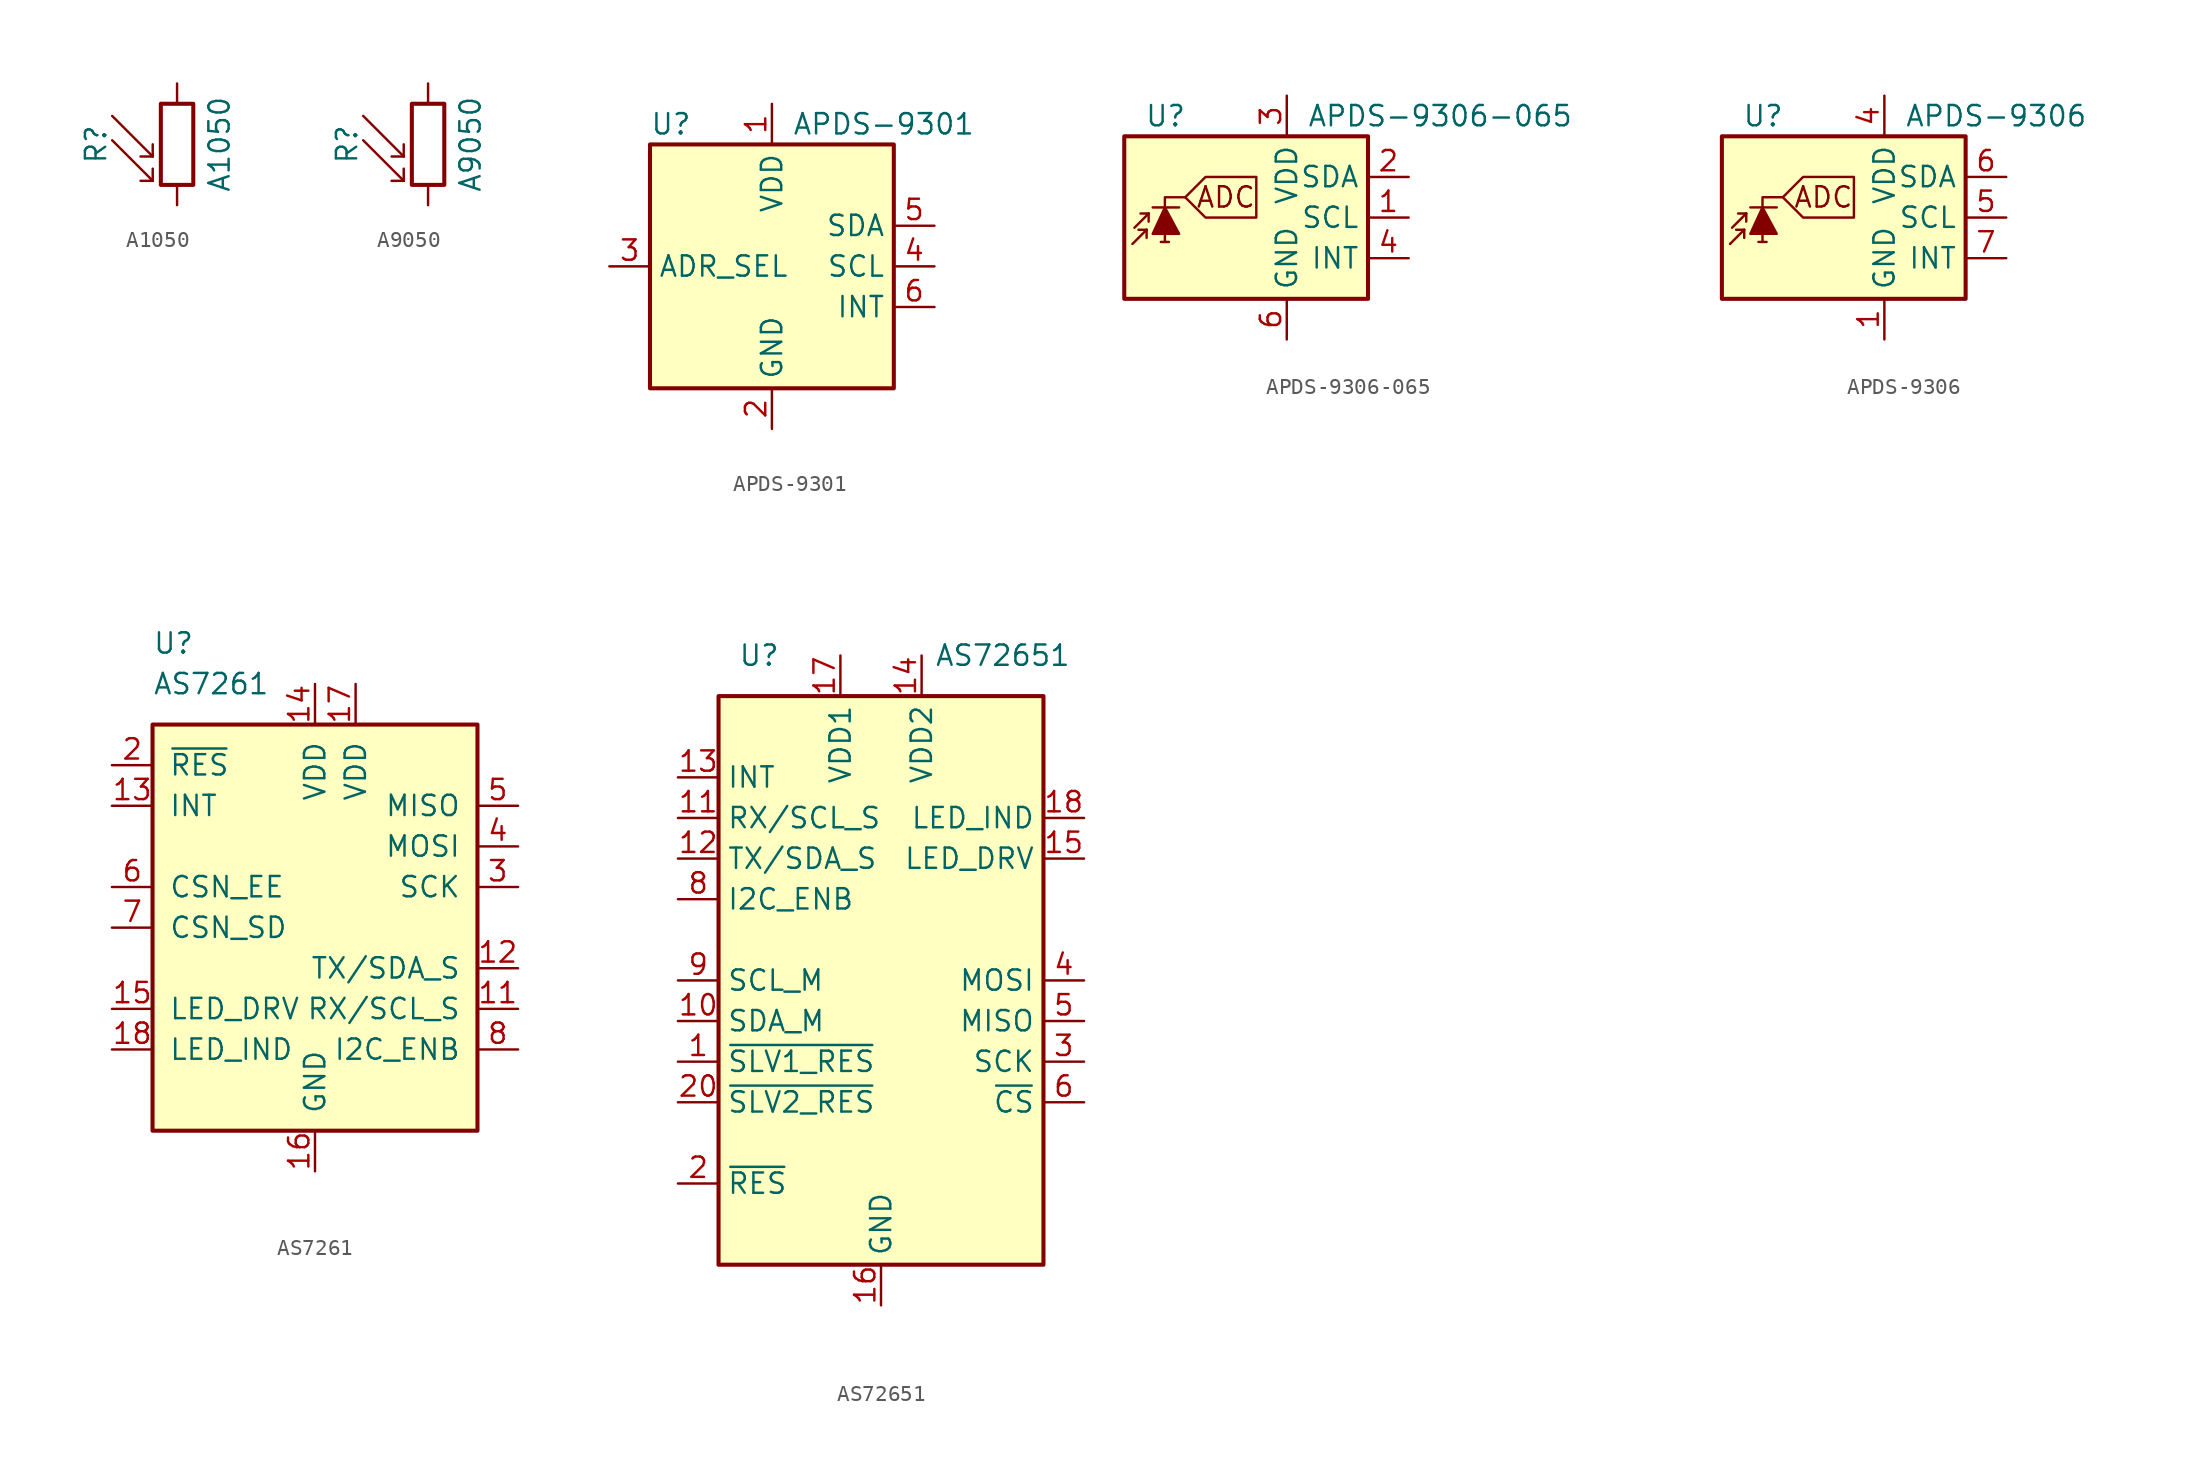
<source format=kicad_sym>
(kicad_symbol_lib
  (version 20241209)
  (generator "kicad_symbol_editor")
  (generator_version "9.0")
  (symbol "A1050"
    (pin_numbers
      (hide yes))
    (pin_names
      (offset 0))
    (property "Reference" "R"
      (at -5.08 0 90)
      (effects (font (size 1.27 1.27))))
    (property "Value" "A1050"
      (at 1.905 0 90)
      (effects (font (size 1.27 1.27)) (justify top)))
    (symbol "A1050_0_1"
      (polyline (pts (xy -1.524 -0.762) (xy -4.064 1.778)) (stroke (width 0) (type default)) (fill (type none)))
      (polyline (pts (xy -1.524 -0.762) (xy -2.286 -0.762)) (stroke (width 0) (type default)) (fill (type none)))
      (polyline (pts (xy -1.524 -0.762) (xy -1.524 0)) (stroke (width 0) (type default)) (fill (type none)))
      (polyline (pts (xy -1.524 -2.286) (xy -4.064 0.254)) (stroke (width 0) (type default)) (fill (type none)))
      (polyline (pts (xy -1.524 -2.286) (xy -2.286 -2.286)) (stroke (width 0) (type default)) (fill (type none)))
      (polyline (pts (xy -1.524 -2.286) (xy -1.524 -1.524)) (stroke (width 0) (type default)) (fill (type none)))
      (rectangle (start -1.016 2.54) (end 1.016 -2.54) (stroke (width 0.254) (type default)) (fill (type none))))
    (symbol "A1050_1_1"
      (pin passive line (at 0 3.81 270) (length 1.27) (name "~" (effects (font (size 1.27 1.27)))) (number "1" (effects (font (size 1.27 1.27)))))
      (pin passive line (at 0 -3.81 90) (length 1.27) (name "~" (effects (font (size 1.27 1.27)))) (number "2" (effects (font (size 1.27 1.27)))))))
  (symbol "A9050"
    (pin_numbers
      (hide yes))
    (pin_names
      (offset 0))
    (property "Reference" "R"
      (at -5.08 0 90)
      (effects (font (size 1.27 1.27))))
    (property "Value" "A9050"
      (at 1.905 0 90)
      (effects (font (size 1.27 1.27)) (justify top)))
    (symbol "A9050_0_1"
      (polyline (pts (xy -1.524 -0.762) (xy -4.064 1.778)) (stroke (width 0) (type default)) (fill (type none)))
      (polyline (pts (xy -1.524 -0.762) (xy -2.286 -0.762)) (stroke (width 0) (type default)) (fill (type none)))
      (polyline (pts (xy -1.524 -0.762) (xy -1.524 0)) (stroke (width 0) (type default)) (fill (type none)))
      (polyline (pts (xy -1.524 -2.286) (xy -4.064 0.254)) (stroke (width 0) (type default)) (fill (type none)))
      (polyline (pts (xy -1.524 -2.286) (xy -2.286 -2.286)) (stroke (width 0) (type default)) (fill (type none)))
      (polyline (pts (xy -1.524 -2.286) (xy -1.524 -1.524)) (stroke (width 0) (type default)) (fill (type none)))
      (rectangle (start -1.016 2.54) (end 1.016 -2.54) (stroke (width 0.254) (type default)) (fill (type none))))
    (symbol "A9050_1_1"
      (pin passive line (at 0 3.81 270) (length 1.27) (name "~" (effects (font (size 1.27 1.27)))) (number "1" (effects (font (size 1.27 1.27)))))
      (pin passive line (at 0 -3.81 90) (length 1.27) (name "~" (effects (font (size 1.27 1.27)))) (number "2" (effects (font (size 1.27 1.27)))))))
  (symbol "APDS-9301"
    (property "Reference" "U"
      (at -7.62 8.89 0)
      (effects (font (size 1.27 1.27)) (justify left)))
    (property "Value" "APDS-9301"
      (at 1.27 8.89 0)
      (effects (font (size 1.27 1.27)) (justify left)))
    (symbol "APDS-9301_0_1"
      (rectangle (start -7.62 7.62) (end 7.62 -7.62) (stroke (width 0.254) (type default)) (fill (type background))))
    (symbol "APDS-9301_1_1"
      (pin input line (at -10.16 0 0) (length 2.54) (name "ADR_SEL" (effects (font (size 1.27 1.27)))) (number "3" (effects (font (size 1.27 1.27)))))
      (pin power_in line (at 0 10.16 270) (length 2.54) (name "VDD" (effects (font (size 1.27 1.27)))) (number "1" (effects (font (size 1.27 1.27)))))
      (pin power_in line (at 0 -10.16 90) (length 2.54) (name "GND" (effects (font (size 1.27 1.27)))) (number "2" (effects (font (size 1.27 1.27)))))
      (pin bidirectional line (at 10.16 2.54 180) (length 2.54) (name "SDA" (effects (font (size 1.27 1.27)))) (number "5" (effects (font (size 1.27 1.27)))))
      (pin input line (at 10.16 0 180) (length 2.54) (name "SCL" (effects (font (size 1.27 1.27)))) (number "4" (effects (font (size 1.27 1.27)))))
      (pin open_collector line (at 10.16 -2.54 180) (length 2.54) (name "INT" (effects (font (size 1.27 1.27)))) (number "6" (effects (font (size 1.27 1.27)))))))
  (symbol "APDS-9306-065"
    (property "Reference" "U"
      (at -6.35 6.35 0)
      (effects (font (size 1.27 1.27)) (justify left)))
    (property "Value" "APDS-9306-065"
      (at 3.81 6.35 0)
      (effects (font (size 1.27 1.27)) (justify left)))
    (symbol "APDS-9306-065_0_0"
      (polyline (pts (xy -3.81 1.27) (xy -2.54 2.54) (xy 0.635 2.54) (xy 0.635 0) (xy -2.54 0) (xy -3.81 1.27)) (stroke (width 0) (type default)) (fill (type none)))
      (text "ADC" (at -1.27 1.27 0) (effects (font (size 1.27 1.27)))))
    (symbol "APDS-9306-065_0_1"
      (rectangle (start -7.62 5.08) (end 7.62 -5.08) (stroke (width 0.254) (type default)) (fill (type background))))
    (symbol "APDS-9306-065_1_0"
      (polyline (pts (xy -5.08 -1.524) (xy -5.08 1.27) (xy -3.81 1.27)) (stroke (width 0) (type default)) (fill (type none))))
    (symbol "APDS-9306-065_1_1"
      (polyline (pts (xy -6.223 -0.762) (xy -7.112 -1.651)) (stroke (width 0) (type default)) (fill (type none)))
      (polyline (pts (xy -6.223 -0.762) (xy -6.731 -0.762)) (stroke (width 0) (type default)) (fill (type none)))
      (polyline (pts (xy -6.223 -0.762) (xy -6.223 -1.27)) (stroke (width 0) (type default)) (fill (type none)))
      (polyline (pts (xy -6.096 0.254) (xy -6.985 -0.635)) (stroke (width 0) (type default)) (fill (type none)))
      (polyline (pts (xy -6.096 0.254) (xy -6.604 0.254)) (stroke (width 0) (type default)) (fill (type none)))
      (polyline (pts (xy -6.096 0.254) (xy -6.096 -0.254)) (stroke (width 0) (type default)) (fill (type none)))
      (polyline (pts (xy -5.842 0.635) (xy -4.191 0.635)) (stroke (width 0) (type default)) (fill (type none)))
      (polyline (pts (xy -5.842 -1.016) (xy -4.191 -1.016) (xy -5.08 0.635) (xy -5.842 -1.016)) (stroke (width 0) (type default)) (fill (type outline)))
      (polyline (pts (xy -4.826 -1.524) (xy -5.334 -1.524)) (stroke (width 0) (type default)) (fill (type none)))
      (pin no_connect line (at -7.62 2.54 0) (length 2.54) (hide yes) (name "NC" (effects (font (size 1.27 1.27)))) (number "5" (effects (font (size 1.27 1.27)))))
      (pin power_in line (at 2.54 7.62 270) (length 2.54) (name "VDD" (effects (font (size 1.27 1.27)))) (number "3" (effects (font (size 1.27 1.27)))))
      (pin power_in line (at 2.54 -7.62 90) (length 2.54) (name "GND" (effects (font (size 1.27 1.27)))) (number "6" (effects (font (size 1.27 1.27)))))
      (pin bidirectional line (at 10.16 2.54 180) (length 2.54) (name "SDA" (effects (font (size 1.27 1.27)))) (number "2" (effects (font (size 1.27 1.27)))))
      (pin input line (at 10.16 0 180) (length 2.54) (name "SCL" (effects (font (size 1.27 1.27)))) (number "1" (effects (font (size 1.27 1.27)))))
      (pin open_collector line (at 10.16 -2.54 180) (length 2.54) (name "INT" (effects (font (size 1.27 1.27)))) (number "4" (effects (font (size 1.27 1.27)))))))
  (symbol "APDS-9306"
    (property "Reference" "U"
      (at -6.35 6.35 0)
      (effects (font (size 1.27 1.27)) (justify left)))
    (property "Value" "APDS-9306"
      (at 3.81 6.35 0)
      (effects (font (size 1.27 1.27)) (justify left)))
    (symbol "APDS-9306_0_0"
      (polyline (pts (xy -3.81 1.27) (xy -2.54 2.54) (xy 0.635 2.54) (xy 0.635 0) (xy -2.54 0) (xy -3.81 1.27)) (stroke (width 0) (type default)) (fill (type none)))
      (text "ADC" (at -1.27 1.27 0) (effects (font (size 1.27 1.27)))))
    (symbol "APDS-9306_0_1"
      (rectangle (start -7.62 5.08) (end 7.62 -5.08) (stroke (width 0.254) (type default)) (fill (type background))))
    (symbol "APDS-9306_1_0"
      (polyline (pts (xy -5.08 -1.524) (xy -5.08 1.27) (xy -3.81 1.27)) (stroke (width 0) (type default)) (fill (type none))))
    (symbol "APDS-9306_1_1"
      (polyline (pts (xy -6.223 -0.762) (xy -7.112 -1.651)) (stroke (width 0) (type default)) (fill (type none)))
      (polyline (pts (xy -6.223 -0.762) (xy -6.731 -0.762)) (stroke (width 0) (type default)) (fill (type none)))
      (polyline (pts (xy -6.223 -0.762) (xy -6.223 -1.27)) (stroke (width 0) (type default)) (fill (type none)))
      (polyline (pts (xy -6.096 0.254) (xy -6.985 -0.635)) (stroke (width 0) (type default)) (fill (type none)))
      (polyline (pts (xy -6.096 0.254) (xy -6.604 0.254)) (stroke (width 0) (type default)) (fill (type none)))
      (polyline (pts (xy -6.096 0.254) (xy -6.096 -0.254)) (stroke (width 0) (type default)) (fill (type none)))
      (polyline (pts (xy -5.842 0.635) (xy -4.191 0.635)) (stroke (width 0) (type default)) (fill (type none)))
      (polyline (pts (xy -5.842 -1.016) (xy -4.191 -1.016) (xy -5.08 0.635) (xy -5.842 -1.016)) (stroke (width 0) (type default)) (fill (type outline)))
      (polyline (pts (xy -4.826 -1.524) (xy -5.334 -1.524)) (stroke (width 0) (type default)) (fill (type none)))
      (pin no_connect line (at -7.62 5.08 0) (length 2.54) (hide yes) (name "NC" (effects (font (size 1.27 1.27)))) (number "3" (effects (font (size 1.27 1.27)))))
      (pin no_connect line (at -7.62 2.54 0) (length 2.54) (hide yes) (name "NC" (effects (font (size 1.27 1.27)))) (number "8" (effects (font (size 1.27 1.27)))))
      (pin no_connect line (at -7.62 -5.08 0) (length 2.54) (hide yes) (name "NC" (effects (font (size 1.27 1.27)))) (number "2" (effects (font (size 1.27 1.27)))))
      (pin power_in line (at 2.54 7.62 270) (length 2.54) (name "VDD" (effects (font (size 1.27 1.27)))) (number "4" (effects (font (size 1.27 1.27)))))
      (pin power_in line (at 2.54 -7.62 90) (length 2.54) (name "GND" (effects (font (size 1.27 1.27)))) (number "1" (effects (font (size 1.27 1.27)))))
      (pin bidirectional line (at 10.16 2.54 180) (length 2.54) (name "SDA" (effects (font (size 1.27 1.27)))) (number "6" (effects (font (size 1.27 1.27)))))
      (pin input line (at 10.16 0 180) (length 2.54) (name "SCL" (effects (font (size 1.27 1.27)))) (number "5" (effects (font (size 1.27 1.27)))))
      (pin open_collector line (at 10.16 -2.54 180) (length 2.54) (name "INT" (effects (font (size 1.27 1.27)))) (number "7" (effects (font (size 1.27 1.27)))))))
  (symbol "AS7261"
    (pin_names
      (offset 1.016))
    (property "Reference" "U"
      (at -10.16 17.78 0)
      (effects (font (size 1.27 1.27)) (justify left)))
    (property "Value" "AS7261"
      (at -10.16 15.24 0)
      (effects (font (size 1.27 1.27)) (justify left)))
    (symbol "AS7261_0_1"
      (rectangle (start -10.16 12.7) (end 10.16 -12.7) (stroke (width 0.254) (type default)) (fill (type background))))
    (symbol "AS7261_1_1"
      (pin input line (at -12.7 10.16 0) (length 2.54) (name "~{RES}" (effects (font (size 1.27 1.27)))) (number "2" (effects (font (size 1.27 1.27)))))
      (pin input line (at -12.7 7.62 0) (length 2.54) (name "INT" (effects (font (size 1.27 1.27)))) (number "13" (effects (font (size 1.27 1.27)))))
      (pin no_connect line (at -12.7 5.08 0) (length 2.54) (hide yes) (name "NF" (effects (font (size 1.27 1.27)))) (number "10" (effects (font (size 1.27 1.27)))))
      (pin input line (at -12.7 2.54 0) (length 2.54) (name "CSN_EE" (effects (font (size 1.27 1.27)))) (number "6" (effects (font (size 1.27 1.27)))))
      (pin input line (at -12.7 0 0) (length 2.54) (name "CSN_SD" (effects (font (size 1.27 1.27)))) (number "7" (effects (font (size 1.27 1.27)))))
      (pin output line (at -12.7 -5.08 0) (length 2.54) (name "LED_DRV" (effects (font (size 1.27 1.27)))) (number "15" (effects (font (size 1.27 1.27)))))
      (pin output line (at -12.7 -7.62 0) (length 2.54) (name "LED_IND" (effects (font (size 1.27 1.27)))) (number "18" (effects (font (size 1.27 1.27)))))
      (pin no_connect line (at -10.16 -2.54 0) (length 2.54) (hide yes) (name "NF" (effects (font (size 1.27 1.27)))) (number "19" (effects (font (size 1.27 1.27)))))
      (pin no_connect line (at -10.16 -10.16 0) (length 2.54) (hide yes) (name "NF" (effects (font (size 1.27 1.27)))) (number "20" (effects (font (size 1.27 1.27)))))
      (pin power_in line (at 0 15.24 270) (length 2.54) (name "VDD" (effects (font (size 1.27 1.27)))) (number "14" (effects (font (size 1.27 1.27)))))
      (pin power_in line (at 0 -15.24 90) (length 2.54) (name "GND" (effects (font (size 1.27 1.27)))) (number "16" (effects (font (size 1.27 1.27)))))
      (pin power_in line (at 2.54 15.24 270) (length 2.54) (name "VDD" (effects (font (size 1.27 1.27)))) (number "17" (effects (font (size 1.27 1.27)))))
      (pin no_connect line (at 10.16 10.16 180) (length 2.54) (hide yes) (name "NF" (effects (font (size 1.27 1.27)))) (number "1" (effects (font (size 1.27 1.27)))))
      (pin no_connect line (at 10.16 -10.16 180) (length 2.54) (hide yes) (name "NF" (effects (font (size 1.27 1.27)))) (number "9" (effects (font (size 1.27 1.27)))))
      (pin bidirectional line (at 12.7 7.62 180) (length 2.54) (name "MISO" (effects (font (size 1.27 1.27)))) (number "5" (effects (font (size 1.27 1.27)))))
      (pin bidirectional line (at 12.7 5.08 180) (length 2.54) (name "MOSI" (effects (font (size 1.27 1.27)))) (number "4" (effects (font (size 1.27 1.27)))))
      (pin input line (at 12.7 2.54 180) (length 2.54) (name "SCK" (effects (font (size 1.27 1.27)))) (number "3" (effects (font (size 1.27 1.27)))))
      (pin bidirectional line (at 12.7 -2.54 180) (length 2.54) (name "TX/SDA_S" (effects (font (size 1.27 1.27)))) (number "12" (effects (font (size 1.27 1.27)))))
      (pin input line (at 12.7 -5.08 180) (length 2.54) (name "RX/SCL_S" (effects (font (size 1.27 1.27)))) (number "11" (effects (font (size 1.27 1.27)))))
      (pin input line (at 12.7 -7.62 180) (length 2.54) (name "I2C_ENB" (effects (font (size 1.27 1.27)))) (number "8" (effects (font (size 1.27 1.27)))))))
  (symbol "AS72651"
    (property "Reference" "U"
      (at -7.62 20.32 0)
      (effects (font (size 1.27 1.27))))
    (property "Value" "AS72651"
      (at 7.62 20.32 0)
      (effects (font (size 1.27 1.27))))
    (symbol "AS72651_0_1"
      (rectangle (start 10.16 -17.78) (end -10.16 17.78) (stroke (width 0.254) (type default)) (fill (type background))))
    (symbol "AS72651_1_1"
      (pin output line (at -12.7 12.7 0) (length 2.54) (name "INT" (effects (font (size 1.27 1.27)))) (number "13" (effects (font (size 1.27 1.27)))))
      (pin input line (at -12.7 10.16 0) (length 2.54) (name "RX/SCL_S" (effects (font (size 1.27 1.27)))) (number "11" (effects (font (size 1.27 1.27)))))
      (pin bidirectional line (at -12.7 7.62 0) (length 2.54) (name "TX/SDA_S" (effects (font (size 1.27 1.27)))) (number "12" (effects (font (size 1.27 1.27)))))
      (pin input line (at -12.7 5.08 0) (length 2.54) (name "I2C_ENB" (effects (font (size 1.27 1.27)))) (number "8" (effects (font (size 1.27 1.27)))))
      (pin output line (at -12.7 0 0) (length 2.54) (name "SCL_M" (effects (font (size 1.27 1.27)))) (number "9" (effects (font (size 1.27 1.27)))))
      (pin bidirectional line (at -12.7 -2.54 0) (length 2.54) (name "SDA_M" (effects (font (size 1.27 1.27)))) (number "10" (effects (font (size 1.27 1.27)))))
      (pin output line (at -12.7 -5.08 0) (length 2.54) (name "~{SLV1_RES}" (effects (font (size 1.27 1.27)))) (number "1" (effects (font (size 1.27 1.27)))))
      (pin output line (at -12.7 -7.62 0) (length 2.54) (name "~{SLV2_RES}" (effects (font (size 1.27 1.27)))) (number "20" (effects (font (size 1.27 1.27)))))
      (pin input line (at -12.7 -12.7 0) (length 2.54) (name "~{RES}" (effects (font (size 1.27 1.27)))) (number "2" (effects (font (size 1.27 1.27)))))
      (pin power_in line (at -2.54 20.32 270) (length 2.54) (name "VDD1" (effects (font (size 1.27 1.27)))) (number "17" (effects (font (size 1.27 1.27)))))
      (pin power_in line (at 0 -20.32 90) (length 2.54) (name "GND" (effects (font (size 1.27 1.27)))) (number "16" (effects (font (size 1.27 1.27)))))
      (pin power_in line (at 2.54 20.32 270) (length 2.54) (name "VDD2" (effects (font (size 1.27 1.27)))) (number "14" (effects (font (size 1.27 1.27)))))
      (pin no_connect line (at 10.16 -10.16 180) (length 2.54) (hide yes) (name "NC" (effects (font (size 1.27 1.27)))) (number "7" (effects (font (size 1.27 1.27)))))
      (pin no_connect line (at 10.16 -12.7 180) (length 2.54) (hide yes) (name "NC" (effects (font (size 1.27 1.27)))) (number "19" (effects (font (size 1.27 1.27)))))
      (pin output line (at 12.7 10.16 180) (length 2.54) (name "LED_IND" (effects (font (size 1.27 1.27)))) (number "18" (effects (font (size 1.27 1.27)))))
      (pin output line (at 12.7 7.62 180) (length 2.54) (name "LED_DRV" (effects (font (size 1.27 1.27)))) (number "15" (effects (font (size 1.27 1.27)))))
      (pin output line (at 12.7 0 180) (length 2.54) (name "MOSI" (effects (font (size 1.27 1.27)))) (number "4" (effects (font (size 1.27 1.27)))))
      (pin input line (at 12.7 -2.54 180) (length 2.54) (name "MISO" (effects (font (size 1.27 1.27)))) (number "5" (effects (font (size 1.27 1.27)))))
      (pin output line (at 12.7 -5.08 180) (length 2.54) (name "SCK" (effects (font (size 1.27 1.27)))) (number "3" (effects (font (size 1.27 1.27)))))
      (pin output line (at 12.7 -7.62 180) (length 2.54) (name "~{CS}" (effects (font (size 1.27 1.27)))) (number "6" (effects (font (size 1.27 1.27))))))))
</source>
